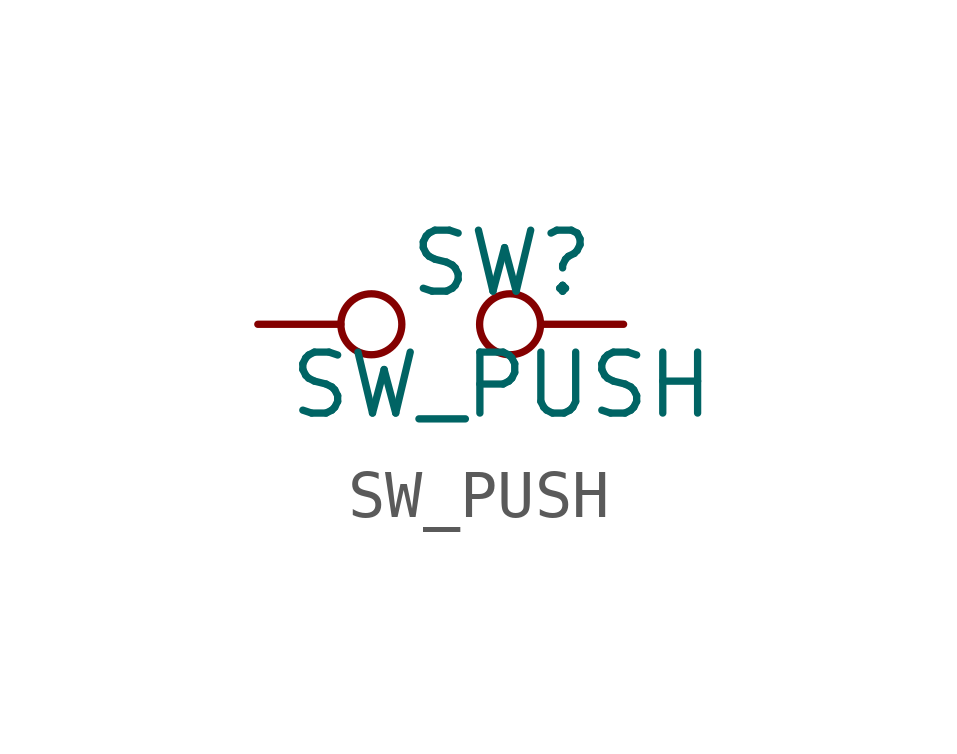
<source format=kicad_sym>
(kicad_symbol_lib
  (version 20220914)
  (generator kicad_symbol_editor)
  (symbol "SW_PUSH"
    (pin_numbers hide)
    (pin_names
      (offset 1.016) hide)
    (property "Reference" "SW"
      (at 1.27 1.27 0)
      (effects (font (size 1.27 1.27))))
    (property "Value" "SW_PUSH"
      (at 1.27 -1.27 0)
      (effects (font (size 1.27 1.27))))
    (property "Footprint" ""
      (at 0 0 0)
      (effects (font (size 1.27 1.27))))
    (property "Datasheet" ""
      (at 0 0 0)
      (effects (font (size 1.27 1.27))))
    (symbol "SW_PUSH_1_1"
      (pin passive inverted (at -3.81 0 0) (length 3) (name "1" (effects (font (size 1.27 1.27)))) (number "1" (effects (font (size 1.27 1.27)))))
      (pin passive inverted (at 3.81 0 180) (length 3) (name "2" (effects (font (size 1.27 1.27)))) (number "2" (effects (font (size 1.27 1.27))))))))
</source>
